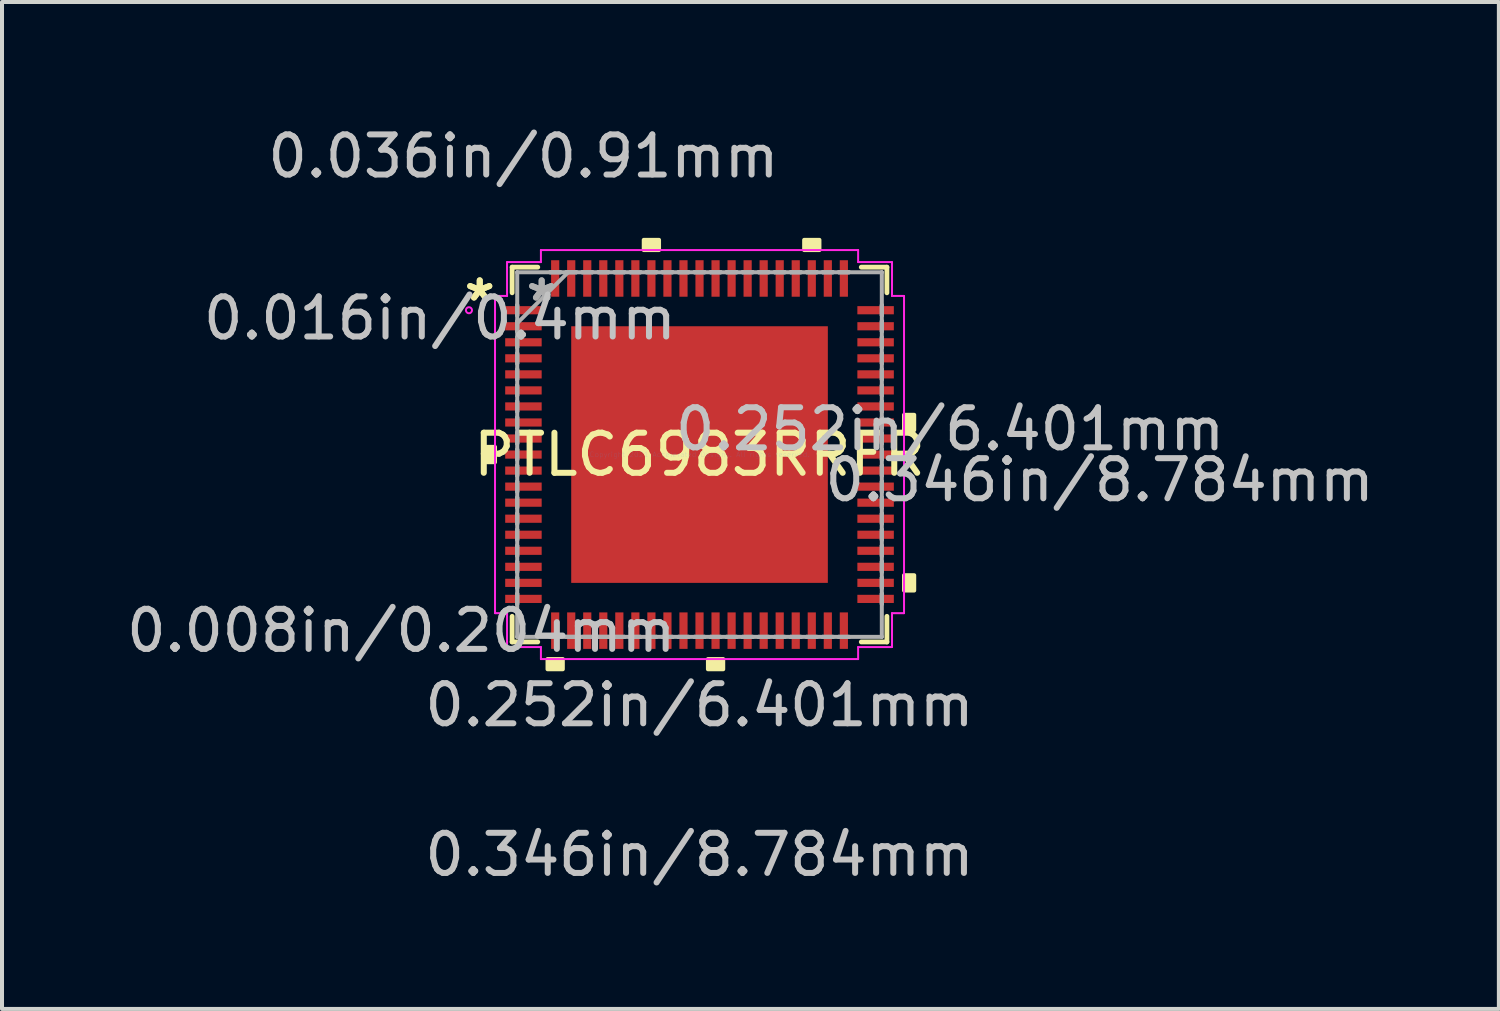
<source format=kicad_pcb>
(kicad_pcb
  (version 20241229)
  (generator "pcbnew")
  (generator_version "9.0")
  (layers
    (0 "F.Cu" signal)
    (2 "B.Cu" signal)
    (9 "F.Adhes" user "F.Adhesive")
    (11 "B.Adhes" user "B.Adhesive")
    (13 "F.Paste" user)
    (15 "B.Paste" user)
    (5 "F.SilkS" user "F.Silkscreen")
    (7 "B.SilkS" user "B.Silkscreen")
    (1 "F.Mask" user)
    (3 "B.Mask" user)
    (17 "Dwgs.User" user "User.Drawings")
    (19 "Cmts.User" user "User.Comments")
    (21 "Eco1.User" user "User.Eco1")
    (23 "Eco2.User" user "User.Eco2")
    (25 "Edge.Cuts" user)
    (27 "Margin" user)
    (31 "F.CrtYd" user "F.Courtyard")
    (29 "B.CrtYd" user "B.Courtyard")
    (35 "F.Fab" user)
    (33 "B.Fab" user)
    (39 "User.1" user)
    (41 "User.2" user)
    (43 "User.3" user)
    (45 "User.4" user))
  (footprint "PTLC6983RRFR"
    (layer "F.Cu")
    (at 14.398 8.288)
    (property "Reference" "PTLC6983RRFR" (at 0 0 0) (layer "F.SilkS") (effects (font (size 1 1) (thickness 0.15))))
    (attr through_hole)
    (fp_line (start -4.674 -4.674) (end -4.674 -4.035) (stroke (width 0.12) (type solid)) (layer "F.SilkS"))
    (fp_line (start -4.674 4.035) (end -4.674 4.674) (stroke (width 0.12) (type solid)) (layer "F.SilkS"))
    (fp_line (start -4.674 4.674) (end -4.035 4.674) (stroke (width 0.12) (type solid)) (layer "F.SilkS"))
    (fp_line (start -4.035 -4.674) (end -4.674 -4.674) (stroke (width 0.12) (type solid)) (layer "F.SilkS"))
    (fp_line (start 4.035 4.674) (end 4.674 4.674) (stroke (width 0.12) (type solid)) (layer "F.SilkS"))
    (fp_line (start 4.674 -4.674) (end 4.035 -4.674) (stroke (width 0.12) (type solid)) (layer "F.SilkS"))
    (fp_line (start 4.674 -4.035) (end 4.674 -4.674) (stroke (width 0.12) (type solid)) (layer "F.SilkS"))
    (fp_line (start 4.674 4.674) (end 4.674 4.035) (stroke (width 0.12) (type solid)) (layer "F.SilkS"))
    (fp_poly (pts (xy -5.355 -0.191) (xy -5.355 0.191) (xy -5.101 0.191) (xy -5.101 -0.191)) (stroke (width 0.1) (type solid)) (fill yes) (layer "F.SilkS"))
    (fp_poly (pts (xy -3.791 5.101) (xy -3.791 5.355) (xy -3.41 5.355) (xy -3.41 5.101)) (stroke (width 0.1) (type solid)) (fill yes) (layer "F.SilkS"))
    (fp_poly (pts (xy -1.391 -5.101) (xy -1.391 -5.355) (xy -1.01 -5.355) (xy -1.01 -5.101)) (stroke (width 0.1) (type solid)) (fill yes) (layer "F.SilkS"))
    (fp_poly (pts (xy 0.21 5.101) (xy 0.21 5.355) (xy 0.591 5.355) (xy 0.591 5.101)) (stroke (width 0.1) (type solid)) (fill yes) (layer "F.SilkS"))
    (fp_poly (pts (xy 2.61 -5.101) (xy 2.61 -5.355) (xy 2.991 -5.355) (xy 2.991 -5.101)) (stroke (width 0.1) (type solid)) (fill yes) (layer "F.SilkS"))
    (fp_poly (pts (xy 5.355 -0.991) (xy 5.355 -0.61) (xy 5.101 -0.61) (xy 5.101 -0.991)) (stroke (width 0.1) (type solid)) (fill yes) (layer "F.SilkS"))
    (fp_poly (pts (xy 5.355 3.01) (xy 5.355 3.391) (xy 5.101 3.391) (xy 5.101 3.01)) (stroke (width 0.1) (type solid)) (fill yes) (layer "F.SilkS"))
    (fp_poly (pts (xy -3.1 -3.1) (xy -3.1 -2.02) (xy -2.02 -2.02) (xy -2.02 -3.1)) (stroke (width 0.1) (type solid)) (fill yes) (layer "F.Paste"))
    (fp_poly (pts (xy -3.1 -1.82) (xy -3.1 -0.74) (xy -2.02 -0.74) (xy -2.02 -1.82)) (stroke (width 0.1) (type solid)) (fill yes) (layer "F.Paste"))
    (fp_poly (pts (xy -3.1 -0.54) (xy -3.1 0.54) (xy -2.02 0.54) (xy -2.02 -0.54)) (stroke (width 0.1) (type solid)) (fill yes) (layer "F.Paste"))
    (fp_poly (pts (xy -3.1 0.74) (xy -3.1 1.82) (xy -2.02 1.82) (xy -2.02 0.74)) (stroke (width 0.1) (type solid)) (fill yes) (layer "F.Paste"))
    (fp_poly (pts (xy -3.1 2.02) (xy -3.1 3.1) (xy -2.02 3.1) (xy -2.02 2.02)) (stroke (width 0.1) (type solid)) (fill yes) (layer "F.Paste"))
    (fp_poly (pts (xy -1.82 -3.1) (xy -1.82 -2.02) (xy -0.74 -2.02) (xy -0.74 -3.1)) (stroke (width 0.1) (type solid)) (fill yes) (layer "F.Paste"))
    (fp_poly (pts (xy -1.82 -1.82) (xy -1.82 -0.74) (xy -0.74 -0.74) (xy -0.74 -1.82)) (stroke (width 0.1) (type solid)) (fill yes) (layer "F.Paste"))
    (fp_poly (pts (xy -1.82 -0.54) (xy -1.82 0.54) (xy -0.74 0.54) (xy -0.74 -0.54)) (stroke (width 0.1) (type solid)) (fill yes) (layer "F.Paste"))
    (fp_poly (pts (xy -1.82 0.74) (xy -1.82 1.82) (xy -0.74 1.82) (xy -0.74 0.74)) (stroke (width 0.1) (type solid)) (fill yes) (layer "F.Paste"))
    (fp_poly (pts (xy -1.82 2.02) (xy -1.82 3.1) (xy -0.74 3.1) (xy -0.74 2.02)) (stroke (width 0.1) (type solid)) (fill yes) (layer "F.Paste"))
    (fp_poly (pts (xy -0.54 -3.1) (xy -0.54 -2.02) (xy 0.54 -2.02) (xy 0.54 -3.1)) (stroke (width 0.1) (type solid)) (fill yes) (layer "F.Paste"))
    (fp_poly (pts (xy -0.54 -1.82) (xy -0.54 -0.74) (xy 0.54 -0.74) (xy 0.54 -1.82)) (stroke (width 0.1) (type solid)) (fill yes) (layer "F.Paste"))
    (fp_poly (pts (xy -0.54 -0.54) (xy -0.54 0.54) (xy 0.54 0.54) (xy 0.54 -0.54)) (stroke (width 0.1) (type solid)) (fill yes) (layer "F.Paste"))
    (fp_poly (pts (xy -0.54 0.74) (xy -0.54 1.82) (xy 0.54 1.82) (xy 0.54 0.74)) (stroke (width 0.1) (type solid)) (fill yes) (layer "F.Paste"))
    (fp_poly (pts (xy -0.54 2.02) (xy -0.54 3.1) (xy 0.54 3.1) (xy 0.54 2.02)) (stroke (width 0.1) (type solid)) (fill yes) (layer "F.Paste"))
    (fp_poly (pts (xy 0.74 -3.1) (xy 0.74 -2.02) (xy 1.82 -2.02) (xy 1.82 -3.1)) (stroke (width 0.1) (type solid)) (fill yes) (layer "F.Paste"))
    (fp_poly (pts (xy 0.74 -1.82) (xy 0.74 -0.74) (xy 1.82 -0.74) (xy 1.82 -1.82)) (stroke (width 0.1) (type solid)) (fill yes) (layer "F.Paste"))
    (fp_poly (pts (xy 0.74 -0.54) (xy 0.74 0.54) (xy 1.82 0.54) (xy 1.82 -0.54)) (stroke (width 0.1) (type solid)) (fill yes) (layer "F.Paste"))
    (fp_poly (pts (xy 0.74 0.74) (xy 0.74 1.82) (xy 1.82 1.82) (xy 1.82 0.74)) (stroke (width 0.1) (type solid)) (fill yes) (layer "F.Paste"))
    (fp_poly (pts (xy 0.74 2.02) (xy 0.74 3.1) (xy 1.82 3.1) (xy 1.82 2.02)) (stroke (width 0.1) (type solid)) (fill yes) (layer "F.Paste"))
    (fp_poly (pts (xy 2.02 -3.1) (xy 2.02 -2.02) (xy 3.1 -2.02) (xy 3.1 -3.1)) (stroke (width 0.1) (type solid)) (fill yes) (layer "F.Paste"))
    (fp_poly (pts (xy 2.02 -1.82) (xy 2.02 -0.74) (xy 3.1 -0.74) (xy 3.1 -1.82)) (stroke (width 0.1) (type solid)) (fill yes) (layer "F.Paste"))
    (fp_poly (pts (xy 2.02 -0.54) (xy 2.02 0.54) (xy 3.1 0.54) (xy 3.1 -0.54)) (stroke (width 0.1) (type solid)) (fill yes) (layer "F.Paste"))
    (fp_poly (pts (xy 2.02 0.74) (xy 2.02 1.82) (xy 3.1 1.82) (xy 3.1 0.74)) (stroke (width 0.1) (type solid)) (fill yes) (layer "F.Paste"))
    (fp_poly (pts (xy 2.02 2.02) (xy 2.02 3.1) (xy 3.1 3.1) (xy 3.1 2.02)) (stroke (width 0.1) (type solid)) (fill yes) (layer "F.Paste"))
    (fp_line (start -5.101 -3.956) (end -4.801 -3.956) (stroke (width 0.05) (type solid)) (layer "F.CrtYd"))
    (fp_line (start -5.101 3.956) (end -5.101 -3.956) (stroke (width 0.05) (type solid)) (layer "F.CrtYd"))
    (fp_line (start -4.801 -4.801) (end -3.956 -4.801) (stroke (width 0.05) (type solid)) (layer "F.CrtYd"))
    (fp_line (start -4.801 -3.956) (end -4.801 -4.801) (stroke (width 0.05) (type solid)) (layer "F.CrtYd"))
    (fp_line (start -4.801 3.956) (end -5.101 3.956) (stroke (width 0.05) (type solid)) (layer "F.CrtYd"))
    (fp_line (start -4.801 4.801) (end -4.801 3.956) (stroke (width 0.05) (type solid)) (layer "F.CrtYd"))
    (fp_line (start -3.956 -5.101) (end 3.956 -5.101) (stroke (width 0.05) (type solid)) (layer "F.CrtYd"))
    (fp_line (start -3.956 -4.801) (end -3.956 -5.101) (stroke (width 0.05) (type solid)) (layer "F.CrtYd"))
    (fp_line (start -3.956 4.801) (end -4.801 4.801) (stroke (width 0.05) (type solid)) (layer "F.CrtYd"))
    (fp_line (start -3.956 5.101) (end -3.956 4.801) (stroke (width 0.05) (type solid)) (layer "F.CrtYd"))
    (fp_line (start 3.956 -5.101) (end 3.956 -4.801) (stroke (width 0.05) (type solid)) (layer "F.CrtYd"))
    (fp_line (start 3.956 -4.801) (end 4.801 -4.801) (stroke (width 0.05) (type solid)) (layer "F.CrtYd"))
    (fp_line (start 3.956 4.801) (end 3.956 5.101) (stroke (width 0.05) (type solid)) (layer "F.CrtYd"))
    (fp_line (start 3.956 5.101) (end -3.956 5.101) (stroke (width 0.05) (type solid)) (layer "F.CrtYd"))
    (fp_line (start 4.801 -4.801) (end 4.801 -3.956) (stroke (width 0.05) (type solid)) (layer "F.CrtYd"))
    (fp_line (start 4.801 -3.956) (end 5.101 -3.956) (stroke (width 0.05) (type solid)) (layer "F.CrtYd"))
    (fp_line (start 4.801 3.956) (end 4.801 4.801) (stroke (width 0.05) (type solid)) (layer "F.CrtYd"))
    (fp_line (start 4.801 4.801) (end 3.956 4.801) (stroke (width 0.05) (type solid)) (layer "F.CrtYd"))
    (fp_line (start 5.101 -3.956) (end 5.101 3.956) (stroke (width 0.05) (type solid)) (layer "F.CrtYd"))
    (fp_line (start 5.101 3.956) (end 4.801 3.956) (stroke (width 0.05) (type solid)) (layer "F.CrtYd"))
    (fp_circle (center -5.751 -3.6) (end -5.675 -3.6) (stroke (width 0.05) (type solid)) (fill no) (layer "F.CrtYd"))
    (fp_line (start -4.547 -4.547) (end -4.547 -4.547) (stroke (width 0.1) (type solid)) (layer "F.Fab"))
    (fp_line (start -4.547 -4.547) (end -4.547 4.547) (stroke (width 0.1) (type solid)) (layer "F.Fab"))
    (fp_line (start -4.547 -3.727) (end -4.547 -3.727) (stroke (width 0.1) (type solid)) (layer "F.Fab"))
    (fp_line (start -4.547 -3.727) (end -4.547 -3.473) (stroke (width 0.1) (type solid)) (layer "F.Fab"))
    (fp_line (start -4.547 -3.473) (end -4.547 -3.727) (stroke (width 0.1) (type solid)) (layer "F.Fab"))
    (fp_line (start -4.547 -3.473) (end -4.547 -3.473) (stroke (width 0.1) (type solid)) (layer "F.Fab"))
    (fp_line (start -4.547 -3.327) (end -4.547 -3.327) (stroke (width 0.1) (type solid)) (layer "F.Fab"))
    (fp_line (start -4.547 -3.327) (end -4.547 -3.073) (stroke (width 0.1) (type solid)) (layer "F.Fab"))
    (fp_line (start -4.547 -3.277) (end -3.277 -4.547) (stroke (width 0.1) (type solid)) (layer "F.Fab"))
    (fp_line (start -4.547 -3.073) (end -4.547 -3.327) (stroke (width 0.1) (type solid)) (layer "F.Fab"))
    (fp_line (start -4.547 -3.073) (end -4.547 -3.073) (stroke (width 0.1) (type solid)) (layer "F.Fab"))
    (fp_line (start -4.547 -2.927) (end -4.547 -2.927) (stroke (width 0.1) (type solid)) (layer "F.Fab"))
    (fp_line (start -4.547 -2.927) (end -4.547 -2.673) (stroke (width 0.1) (type solid)) (layer "F.Fab"))
    (fp_line (start -4.547 -2.673) (end -4.547 -2.927) (stroke (width 0.1) (type solid)) (layer "F.Fab"))
    (fp_line (start -4.547 -2.673) (end -4.547 -2.673) (stroke (width 0.1) (type solid)) (layer "F.Fab"))
    (fp_line (start -4.547 -2.527) (end -4.547 -2.527) (stroke (width 0.1) (type solid)) (layer "F.Fab"))
    (fp_line (start -4.547 -2.527) (end -4.547 -2.273) (stroke (width 0.1) (type solid)) (layer "F.Fab"))
    (fp_line (start -4.547 -2.273) (end -4.547 -2.527) (stroke (width 0.1) (type solid)) (layer "F.Fab"))
    (fp_line (start -4.547 -2.273) (end -4.547 -2.273) (stroke (width 0.1) (type solid)) (layer "F.Fab"))
    (fp_line (start -4.547 -2.127) (end -4.547 -2.127) (stroke (width 0.1) (type solid)) (layer "F.Fab"))
    (fp_line (start -4.547 -2.127) (end -4.547 -1.873) (stroke (width 0.1) (type solid)) (layer "F.Fab"))
    (fp_line (start -4.547 -1.873) (end -4.547 -2.127) (stroke (width 0.1) (type solid)) (layer "F.Fab"))
    (fp_line (start -4.547 -1.873) (end -4.547 -1.873) (stroke (width 0.1) (type solid)) (layer "F.Fab"))
    (fp_line (start -4.547 -1.727) (end -4.547 -1.727) (stroke (width 0.1) (type solid)) (layer "F.Fab"))
    (fp_line (start -4.547 -1.727) (end -4.547 -1.473) (stroke (width 0.1) (type solid)) (layer "F.Fab"))
    (fp_line (start -4.547 -1.473) (end -4.547 -1.727) (stroke (width 0.1) (type solid)) (layer "F.Fab"))
    (fp_line (start -4.547 -1.473) (end -4.547 -1.473) (stroke (width 0.1) (type solid)) (layer "F.Fab"))
    (fp_line (start -4.547 -1.327) (end -4.547 -1.327) (stroke (width 0.1) (type solid)) (layer "F.Fab"))
    (fp_line (start -4.547 -1.327) (end -4.547 -1.073) (stroke (width 0.1) (type solid)) (layer "F.Fab"))
    (fp_line (start -4.547 -1.073) (end -4.547 -1.327) (stroke (width 0.1) (type solid)) (layer "F.Fab"))
    (fp_line (start -4.547 -1.073) (end -4.547 -1.073) (stroke (width 0.1) (type solid)) (layer "F.Fab"))
    (fp_line (start -4.547 -0.927) (end -4.547 -0.927) (stroke (width 0.1) (type solid)) (layer "F.Fab"))
    (fp_line (start -4.547 -0.927) (end -4.547 -0.673) (stroke (width 0.1) (type solid)) (layer "F.Fab"))
    (fp_line (start -4.547 -0.673) (end -4.547 -0.927) (stroke (width 0.1) (type solid)) (layer "F.Fab"))
    (fp_line (start -4.547 -0.673) (end -4.547 -0.673) (stroke (width 0.1) (type solid)) (layer "F.Fab"))
    (fp_line (start -4.547 -0.527) (end -4.547 -0.527) (stroke (width 0.1) (type solid)) (layer "F.Fab"))
    (fp_line (start -4.547 -0.527) (end -4.547 -0.273) (stroke (width 0.1) (type solid)) (layer "F.Fab"))
    (fp_line (start -4.547 -0.273) (end -4.547 -0.527) (stroke (width 0.1) (type solid)) (layer "F.Fab"))
    (fp_line (start -4.547 -0.273) (end -4.547 -0.273) (stroke (width 0.1) (type solid)) (layer "F.Fab"))
    (fp_line (start -4.547 -0.127) (end -4.547 -0.127) (stroke (width 0.1) (type solid)) (layer "F.Fab"))
    (fp_line (start -4.547 -0.127) (end -4.547 0.127) (stroke (width 0.1) (type solid)) (layer "F.Fab"))
    (fp_line (start -4.547 0.127) (end -4.547 -0.127) (stroke (width 0.1) (type solid)) (layer "F.Fab"))
    (fp_line (start -4.547 0.127) (end -4.547 0.127) (stroke (width 0.1) (type solid)) (layer "F.Fab"))
    (fp_line (start -4.547 0.273) (end -4.547 0.273) (stroke (width 0.1) (type solid)) (layer "F.Fab"))
    (fp_line (start -4.547 0.273) (end -4.547 0.527) (stroke (width 0.1) (type solid)) (layer "F.Fab"))
    (fp_line (start -4.547 0.527) (end -4.547 0.273) (stroke (width 0.1) (type solid)) (layer "F.Fab"))
    (fp_line (start -4.547 0.527) (end -4.547 0.527) (stroke (width 0.1) (type solid)) (layer "F.Fab"))
    (fp_line (start -4.547 0.673) (end -4.547 0.673) (stroke (width 0.1) (type solid)) (layer "F.Fab"))
    (fp_line (start -4.547 0.673) (end -4.547 0.927) (stroke (width 0.1) (type solid)) (layer "F.Fab"))
    (fp_line (start -4.547 0.927) (end -4.547 0.673) (stroke (width 0.1) (type solid)) (layer "F.Fab"))
    (fp_line (start -4.547 0.927) (end -4.547 0.927) (stroke (width 0.1) (type solid)) (layer "F.Fab"))
    (fp_line (start -4.547 1.073) (end -4.547 1.073) (stroke (width 0.1) (type solid)) (layer "F.Fab"))
    (fp_line (start -4.547 1.073) (end -4.547 1.327) (stroke (width 0.1) (type solid)) (layer "F.Fab"))
    (fp_line (start -4.547 1.327) (end -4.547 1.073) (stroke (width 0.1) (type solid)) (layer "F.Fab"))
    (fp_line (start -4.547 1.327) (end -4.547 1.327) (stroke (width 0.1) (type solid)) (layer "F.Fab"))
    (fp_line (start -4.547 1.473) (end -4.547 1.473) (stroke (width 0.1) (type solid)) (layer "F.Fab"))
    (fp_line (start -4.547 1.473) (end -4.547 1.727) (stroke (width 0.1) (type solid)) (layer "F.Fab"))
    (fp_line (start -4.547 1.727) (end -4.547 1.473) (stroke (width 0.1) (type solid)) (layer "F.Fab"))
    (fp_line (start -4.547 1.727) (end -4.547 1.727) (stroke (width 0.1) (type solid)) (layer "F.Fab"))
    (fp_line (start -4.547 1.873) (end -4.547 1.873) (stroke (width 0.1) (type solid)) (layer "F.Fab"))
    (fp_line (start -4.547 1.873) (end -4.547 2.127) (stroke (width 0.1) (type solid)) (layer "F.Fab"))
    (fp_line (start -4.547 2.127) (end -4.547 1.873) (stroke (width 0.1) (type solid)) (layer "F.Fab"))
    (fp_line (start -4.547 2.127) (end -4.547 2.127) (stroke (width 0.1) (type solid)) (layer "F.Fab"))
    (fp_line (start -4.547 2.273) (end -4.547 2.273) (stroke (width 0.1) (type solid)) (layer "F.Fab"))
    (fp_line (start -4.547 2.273) (end -4.547 2.527) (stroke (width 0.1) (type solid)) (layer "F.Fab"))
    (fp_line (start -4.547 2.527) (end -4.547 2.273) (stroke (width 0.1) (type solid)) (layer "F.Fab"))
    (fp_line (start -4.547 2.527) (end -4.547 2.527) (stroke (width 0.1) (type solid)) (layer "F.Fab"))
    (fp_line (start -4.547 2.673) (end -4.547 2.673) (stroke (width 0.1) (type solid)) (layer "F.Fab"))
    (fp_line (start -4.547 2.673) (end -4.547 2.927) (stroke (width 0.1) (type solid)) (layer "F.Fab"))
    (fp_line (start -4.547 2.927) (end -4.547 2.673) (stroke (width 0.1) (type solid)) (layer "F.Fab"))
    (fp_line (start -4.547 2.927) (end -4.547 2.927) (stroke (width 0.1) (type solid)) (layer "F.Fab"))
    (fp_line (start -4.547 3.073) (end -4.547 3.073) (stroke (width 0.1) (type solid)) (layer "F.Fab"))
    (fp_line (start -4.547 3.073) (end -4.547 3.327) (stroke (width 0.1) (type solid)) (layer "F.Fab"))
    (fp_line (start -4.547 3.327) (end -4.547 3.073) (stroke (width 0.1) (type solid)) (layer "F.Fab"))
    (fp_line (start -4.547 3.327) (end -4.547 3.327) (stroke (width 0.1) (type solid)) (layer "F.Fab"))
    (fp_line (start -4.547 3.473) (end -4.547 3.473) (stroke (width 0.1) (type solid)) (layer "F.Fab"))
    (fp_line (start -4.547 3.473) (end -4.547 3.727) (stroke (width 0.1) (type solid)) (layer "F.Fab"))
    (fp_line (start -4.547 3.727) (end -4.547 3.473) (stroke (width 0.1) (type solid)) (layer "F.Fab"))
    (fp_line (start -4.547 3.727) (end -4.547 3.727) (stroke (width 0.1) (type solid)) (layer "F.Fab"))
    (fp_line (start -4.547 4.547) (end -4.547 4.547) (stroke (width 0.1) (type solid)) (layer "F.Fab"))
    (fp_line (start -4.547 4.547) (end 4.547 4.547) (stroke (width 0.1) (type solid)) (layer "F.Fab"))
    (fp_line (start -3.727 -4.547) (end -3.727 -4.547) (stroke (width 0.1) (type solid)) (layer "F.Fab"))
    (fp_line (start -3.727 -4.547) (end -3.473 -4.547) (stroke (width 0.1) (type solid)) (layer "F.Fab"))
    (fp_line (start -3.727 4.547) (end -3.727 4.547) (stroke (width 0.1) (type solid)) (layer "F.Fab"))
    (fp_line (start -3.727 4.547) (end -3.473 4.547) (stroke (width 0.1) (type solid)) (layer "F.Fab"))
    (fp_line (start -3.473 -4.547) (end -3.727 -4.547) (stroke (width 0.1) (type solid)) (layer "F.Fab"))
    (fp_line (start -3.473 -4.547) (end -3.473 -4.547) (stroke (width 0.1) (type solid)) (layer "F.Fab"))
    (fp_line (start -3.473 4.547) (end -3.727 4.547) (stroke (width 0.1) (type solid)) (layer "F.Fab"))
    (fp_line (start -3.473 4.547) (end -3.473 4.547) (stroke (width 0.1) (type solid)) (layer "F.Fab"))
    (fp_line (start -3.327 -4.547) (end -3.327 -4.547) (stroke (width 0.1) (type solid)) (layer "F.Fab"))
    (fp_line (start -3.327 -4.547) (end -3.073 -4.547) (stroke (width 0.1) (type solid)) (layer "F.Fab"))
    (fp_line (start -3.327 4.547) (end -3.327 4.547) (stroke (width 0.1) (type solid)) (layer "F.Fab"))
    (fp_line (start -3.327 4.547) (end -3.073 4.547) (stroke (width 0.1) (type solid)) (layer "F.Fab"))
    (fp_line (start -3.073 -4.547) (end -3.327 -4.547) (stroke (width 0.1) (type solid)) (layer "F.Fab"))
    (fp_line (start -3.073 -4.547) (end -3.073 -4.547) (stroke (width 0.1) (type solid)) (layer "F.Fab"))
    (fp_line (start -3.073 4.547) (end -3.327 4.547) (stroke (width 0.1) (type solid)) (layer "F.Fab"))
    (fp_line (start -3.073 4.547) (end -3.073 4.547) (stroke (width 0.1) (type solid)) (layer "F.Fab"))
    (fp_line (start -2.927 -4.547) (end -2.927 -4.547) (stroke (width 0.1) (type solid)) (layer "F.Fab"))
    (fp_line (start -2.927 -4.547) (end -2.673 -4.547) (stroke (width 0.1) (type solid)) (layer "F.Fab"))
    (fp_line (start -2.927 4.547) (end -2.927 4.547) (stroke (width 0.1) (type solid)) (layer "F.Fab"))
    (fp_line (start -2.927 4.547) (end -2.673 4.547) (stroke (width 0.1) (type solid)) (layer "F.Fab"))
    (fp_line (start -2.673 -4.547) (end -2.927 -4.547) (stroke (width 0.1) (type solid)) (layer "F.Fab"))
    (fp_line (start -2.673 -4.547) (end -2.673 -4.547) (stroke (width 0.1) (type solid)) (layer "F.Fab"))
    (fp_line (start -2.673 4.547) (end -2.927 4.547) (stroke (width 0.1) (type solid)) (layer "F.Fab"))
    (fp_line (start -2.673 4.547) (end -2.673 4.547) (stroke (width 0.1) (type solid)) (layer "F.Fab"))
    (fp_line (start -2.527 -4.547) (end -2.527 -4.547) (stroke (width 0.1) (type solid)) (layer "F.Fab"))
    (fp_line (start -2.527 -4.547) (end -2.273 -4.547) (stroke (width 0.1) (type solid)) (layer "F.Fab"))
    (fp_line (start -2.527 4.547) (end -2.527 4.547) (stroke (width 0.1) (type solid)) (layer "F.Fab"))
    (fp_line (start -2.527 4.547) (end -2.273 4.547) (stroke (width 0.1) (type solid)) (layer "F.Fab"))
    (fp_line (start -2.273 -4.547) (end -2.527 -4.547) (stroke (width 0.1) (type solid)) (layer "F.Fab"))
    (fp_line (start -2.273 -4.547) (end -2.273 -4.547) (stroke (width 0.1) (type solid)) (layer "F.Fab"))
    (fp_line (start -2.273 4.547) (end -2.527 4.547) (stroke (width 0.1) (type solid)) (layer "F.Fab"))
    (fp_line (start -2.273 4.547) (end -2.273 4.547) (stroke (width 0.1) (type solid)) (layer "F.Fab"))
    (fp_line (start -2.127 -4.547) (end -2.127 -4.547) (stroke (width 0.1) (type solid)) (layer "F.Fab"))
    (fp_line (start -2.127 -4.547) (end -1.873 -4.547) (stroke (width 0.1) (type solid)) (layer "F.Fab"))
    (fp_line (start -2.127 4.547) (end -2.127 4.547) (stroke (width 0.1) (type solid)) (layer "F.Fab"))
    (fp_line (start -2.127 4.547) (end -1.873 4.547) (stroke (width 0.1) (type solid)) (layer "F.Fab"))
    (fp_line (start -1.873 -4.547) (end -2.127 -4.547) (stroke (width 0.1) (type solid)) (layer "F.Fab"))
    (fp_line (start -1.873 -4.547) (end -1.873 -4.547) (stroke (width 0.1) (type solid)) (layer "F.Fab"))
    (fp_line (start -1.873 4.547) (end -2.127 4.547) (stroke (width 0.1) (type solid)) (layer "F.Fab"))
    (fp_line (start -1.873 4.547) (end -1.873 4.547) (stroke (width 0.1) (type solid)) (layer "F.Fab"))
    (fp_line (start -1.727 -4.547) (end -1.727 -4.547) (stroke (width 0.1) (type solid)) (layer "F.Fab"))
    (fp_line (start -1.727 -4.547) (end -1.473 -4.547) (stroke (width 0.1) (type solid)) (layer "F.Fab"))
    (fp_line (start -1.727 4.547) (end -1.727 4.547) (stroke (width 0.1) (type solid)) (layer "F.Fab"))
    (fp_line (start -1.727 4.547) (end -1.473 4.547) (stroke (width 0.1) (type solid)) (layer "F.Fab"))
    (fp_line (start -1.473 -4.547) (end -1.727 -4.547) (stroke (width 0.1) (type solid)) (layer "F.Fab"))
    (fp_line (start -1.473 -4.547) (end -1.473 -4.547) (stroke (width 0.1) (type solid)) (layer "F.Fab"))
    (fp_line (start -1.473 4.547) (end -1.727 4.547) (stroke (width 0.1) (type solid)) (layer "F.Fab"))
    (fp_line (start -1.473 4.547) (end -1.473 4.547) (stroke (width 0.1) (type solid)) (layer "F.Fab"))
    (fp_line (start -1.327 -4.547) (end -1.327 -4.547) (stroke (width 0.1) (type solid)) (layer "F.Fab"))
    (fp_line (start -1.327 -4.547) (end -1.073 -4.547) (stroke (width 0.1) (type solid)) (layer "F.Fab"))
    (fp_line (start -1.327 4.547) (end -1.327 4.547) (stroke (width 0.1) (type solid)) (layer "F.Fab"))
    (fp_line (start -1.327 4.547) (end -1.073 4.547) (stroke (width 0.1) (type solid)) (layer "F.Fab"))
    (fp_line (start -1.073 -4.547) (end -1.327 -4.547) (stroke (width 0.1) (type solid)) (layer "F.Fab"))
    (fp_line (start -1.073 -4.547) (end -1.073 -4.547) (stroke (width 0.1) (type solid)) (layer "F.Fab"))
    (fp_line (start -1.073 4.547) (end -1.327 4.547) (stroke (width 0.1) (type solid)) (layer "F.Fab"))
    (fp_line (start -1.073 4.547) (end -1.073 4.547) (stroke (width 0.1) (type solid)) (layer "F.Fab"))
    (fp_line (start -0.927 -4.547) (end -0.927 -4.547) (stroke (width 0.1) (type solid)) (layer "F.Fab"))
    (fp_line (start -0.927 -4.547) (end -0.673 -4.547) (stroke (width 0.1) (type solid)) (layer "F.Fab"))
    (fp_line (start -0.927 4.547) (end -0.927 4.547) (stroke (width 0.1) (type solid)) (layer "F.Fab"))
    (fp_line (start -0.927 4.547) (end -0.673 4.547) (stroke (width 0.1) (type solid)) (layer "F.Fab"))
    (fp_line (start -0.673 -4.547) (end -0.927 -4.547) (stroke (width 0.1) (type solid)) (layer "F.Fab"))
    (fp_line (start -0.673 -4.547) (end -0.673 -4.547) (stroke (width 0.1) (type solid)) (layer "F.Fab"))
    (fp_line (start -0.673 4.547) (end -0.927 4.547) (stroke (width 0.1) (type solid)) (layer "F.Fab"))
    (fp_line (start -0.673 4.547) (end -0.673 4.547) (stroke (width 0.1) (type solid)) (layer "F.Fab"))
    (fp_line (start -0.527 -4.547) (end -0.527 -4.547) (stroke (width 0.1) (type solid)) (layer "F.Fab"))
    (fp_line (start -0.527 -4.547) (end -0.273 -4.547) (stroke (width 0.1) (type solid)) (layer "F.Fab"))
    (fp_line (start -0.527 4.547) (end -0.527 4.547) (stroke (width 0.1) (type solid)) (layer "F.Fab"))
    (fp_line (start -0.527 4.547) (end -0.273 4.547) (stroke (width 0.1) (type solid)) (layer "F.Fab"))
    (fp_line (start -0.273 -4.547) (end -0.527 -4.547) (stroke (width 0.1) (type solid)) (layer "F.Fab"))
    (fp_line (start -0.273 -4.547) (end -0.273 -4.547) (stroke (width 0.1) (type solid)) (layer "F.Fab"))
    (fp_line (start -0.273 4.547) (end -0.527 4.547) (stroke (width 0.1) (type solid)) (layer "F.Fab"))
    (fp_line (start -0.273 4.547) (end -0.273 4.547) (stroke (width 0.1) (type solid)) (layer "F.Fab"))
    (fp_line (start -0.127 -4.547) (end -0.127 -4.547) (stroke (width 0.1) (type solid)) (layer "F.Fab"))
    (fp_line (start -0.127 -4.547) (end 0.127 -4.547) (stroke (width 0.1) (type solid)) (layer "F.Fab"))
    (fp_line (start -0.127 4.547) (end -0.127 4.547) (stroke (width 0.1) (type solid)) (layer "F.Fab"))
    (fp_line (start -0.127 4.547) (end 0.127 4.547) (stroke (width 0.1) (type solid)) (layer "F.Fab"))
    (fp_line (start 0.127 -4.547) (end -0.127 -4.547) (stroke (width 0.1) (type solid)) (layer "F.Fab"))
    (fp_line (start 0.127 -4.547) (end 0.127 -4.547) (stroke (width 0.1) (type solid)) (layer "F.Fab"))
    (fp_line (start 0.127 4.547) (end -0.127 4.547) (stroke (width 0.1) (type solid)) (layer "F.Fab"))
    (fp_line (start 0.127 4.547) (end 0.127 4.547) (stroke (width 0.1) (type solid)) (layer "F.Fab"))
    (fp_line (start 0.273 -4.547) (end 0.273 -4.547) (stroke (width 0.1) (type solid)) (layer "F.Fab"))
    (fp_line (start 0.273 -4.547) (end 0.527 -4.547) (stroke (width 0.1) (type solid)) (layer "F.Fab"))
    (fp_line (start 0.273 4.547) (end 0.273 4.547) (stroke (width 0.1) (type solid)) (layer "F.Fab"))
    (fp_line (start 0.273 4.547) (end 0.527 4.547) (stroke (width 0.1) (type solid)) (layer "F.Fab"))
    (fp_line (start 0.527 -4.547) (end 0.273 -4.547) (stroke (width 0.1) (type solid)) (layer "F.Fab"))
    (fp_line (start 0.527 -4.547) (end 0.527 -4.547) (stroke (width 0.1) (type solid)) (layer "F.Fab"))
    (fp_line (start 0.527 4.547) (end 0.273 4.547) (stroke (width 0.1) (type solid)) (layer "F.Fab"))
    (fp_line (start 0.527 4.547) (end 0.527 4.547) (stroke (width 0.1) (type solid)) (layer "F.Fab"))
    (fp_line (start 0.673 -4.547) (end 0.673 -4.547) (stroke (width 0.1) (type solid)) (layer "F.Fab"))
    (fp_line (start 0.673 -4.547) (end 0.927 -4.547) (stroke (width 0.1) (type solid)) (layer "F.Fab"))
    (fp_line (start 0.673 4.547) (end 0.673 4.547) (stroke (width 0.1) (type solid)) (layer "F.Fab"))
    (fp_line (start 0.673 4.547) (end 0.927 4.547) (stroke (width 0.1) (type solid)) (layer "F.Fab"))
    (fp_line (start 0.927 -4.547) (end 0.673 -4.547) (stroke (width 0.1) (type solid)) (layer "F.Fab"))
    (fp_line (start 0.927 -4.547) (end 0.927 -4.547) (stroke (width 0.1) (type solid)) (layer "F.Fab"))
    (fp_line (start 0.927 4.547) (end 0.673 4.547) (stroke (width 0.1) (type solid)) (layer "F.Fab"))
    (fp_line (start 0.927 4.547) (end 0.927 4.547) (stroke (width 0.1) (type solid)) (layer "F.Fab"))
    (fp_line (start 1.073 -4.547) (end 1.073 -4.547) (stroke (width 0.1) (type solid)) (layer "F.Fab"))
    (fp_line (start 1.073 -4.547) (end 1.327 -4.547) (stroke (width 0.1) (type solid)) (layer "F.Fab"))
    (fp_line (start 1.073 4.547) (end 1.073 4.547) (stroke (width 0.1) (type solid)) (layer "F.Fab"))
    (fp_line (start 1.073 4.547) (end 1.327 4.547) (stroke (width 0.1) (type solid)) (layer "F.Fab"))
    (fp_line (start 1.327 -4.547) (end 1.073 -4.547) (stroke (width 0.1) (type solid)) (layer "F.Fab"))
    (fp_line (start 1.327 -4.547) (end 1.327 -4.547) (stroke (width 0.1) (type solid)) (layer "F.Fab"))
    (fp_line (start 1.327 4.547) (end 1.073 4.547) (stroke (width 0.1) (type solid)) (layer "F.Fab"))
    (fp_line (start 1.327 4.547) (end 1.327 4.547) (stroke (width 0.1) (type solid)) (layer "F.Fab"))
    (fp_line (start 1.473 -4.547) (end 1.473 -4.547) (stroke (width 0.1) (type solid)) (layer "F.Fab"))
    (fp_line (start 1.473 -4.547) (end 1.727 -4.547) (stroke (width 0.1) (type solid)) (layer "F.Fab"))
    (fp_line (start 1.473 4.547) (end 1.473 4.547) (stroke (width 0.1) (type solid)) (layer "F.Fab"))
    (fp_line (start 1.473 4.547) (end 1.727 4.547) (stroke (width 0.1) (type solid)) (layer "F.Fab"))
    (fp_line (start 1.727 -4.547) (end 1.473 -4.547) (stroke (width 0.1) (type solid)) (layer "F.Fab"))
    (fp_line (start 1.727 -4.547) (end 1.727 -4.547) (stroke (width 0.1) (type solid)) (layer "F.Fab"))
    (fp_line (start 1.727 4.547) (end 1.473 4.547) (stroke (width 0.1) (type solid)) (layer "F.Fab"))
    (fp_line (start 1.727 4.547) (end 1.727 4.547) (stroke (width 0.1) (type solid)) (layer "F.Fab"))
    (fp_line (start 1.873 -4.547) (end 1.873 -4.547) (stroke (width 0.1) (type solid)) (layer "F.Fab"))
    (fp_line (start 1.873 -4.547) (end 2.127 -4.547) (stroke (width 0.1) (type solid)) (layer "F.Fab"))
    (fp_line (start 1.873 4.547) (end 1.873 4.547) (stroke (width 0.1) (type solid)) (layer "F.Fab"))
    (fp_line (start 1.873 4.547) (end 2.127 4.547) (stroke (width 0.1) (type solid)) (layer "F.Fab"))
    (fp_line (start 2.127 -4.547) (end 1.873 -4.547) (stroke (width 0.1) (type solid)) (layer "F.Fab"))
    (fp_line (start 2.127 -4.547) (end 2.127 -4.547) (stroke (width 0.1) (type solid)) (layer "F.Fab"))
    (fp_line (start 2.127 4.547) (end 1.873 4.547) (stroke (width 0.1) (type solid)) (layer "F.Fab"))
    (fp_line (start 2.127 4.547) (end 2.127 4.547) (stroke (width 0.1) (type solid)) (layer "F.Fab"))
    (fp_line (start 2.273 -4.547) (end 2.273 -4.547) (stroke (width 0.1) (type solid)) (layer "F.Fab"))
    (fp_line (start 2.273 -4.547) (end 2.527 -4.547) (stroke (width 0.1) (type solid)) (layer "F.Fab"))
    (fp_line (start 2.273 4.547) (end 2.273 4.547) (stroke (width 0.1) (type solid)) (layer "F.Fab"))
    (fp_line (start 2.273 4.547) (end 2.527 4.547) (stroke (width 0.1) (type solid)) (layer "F.Fab"))
    (fp_line (start 2.527 -4.547) (end 2.273 -4.547) (stroke (width 0.1) (type solid)) (layer "F.Fab"))
    (fp_line (start 2.527 -4.547) (end 2.527 -4.547) (stroke (width 0.1) (type solid)) (layer "F.Fab"))
    (fp_line (start 2.527 4.547) (end 2.273 4.547) (stroke (width 0.1) (type solid)) (layer "F.Fab"))
    (fp_line (start 2.527 4.547) (end 2.527 4.547) (stroke (width 0.1) (type solid)) (layer "F.Fab"))
    (fp_line (start 2.673 -4.547) (end 2.673 -4.547) (stroke (width 0.1) (type solid)) (layer "F.Fab"))
    (fp_line (start 2.673 -4.547) (end 2.927 -4.547) (stroke (width 0.1) (type solid)) (layer "F.Fab"))
    (fp_line (start 2.673 4.547) (end 2.673 4.547) (stroke (width 0.1) (type solid)) (layer "F.Fab"))
    (fp_line (start 2.673 4.547) (end 2.927 4.547) (stroke (width 0.1) (type solid)) (layer "F.Fab"))
    (fp_line (start 2.927 -4.547) (end 2.673 -4.547) (stroke (width 0.1) (type solid)) (layer "F.Fab"))
    (fp_line (start 2.927 -4.547) (end 2.927 -4.547) (stroke (width 0.1) (type solid)) (layer "F.Fab"))
    (fp_line (start 2.927 4.547) (end 2.673 4.547) (stroke (width 0.1) (type solid)) (layer "F.Fab"))
    (fp_line (start 2.927 4.547) (end 2.927 4.547) (stroke (width 0.1) (type solid)) (layer "F.Fab"))
    (fp_line (start 3.073 -4.547) (end 3.073 -4.547) (stroke (width 0.1) (type solid)) (layer "F.Fab"))
    (fp_line (start 3.073 -4.547) (end 3.327 -4.547) (stroke (width 0.1) (type solid)) (layer "F.Fab"))
    (fp_line (start 3.073 4.547) (end 3.073 4.547) (stroke (width 0.1) (type solid)) (layer "F.Fab"))
    (fp_line (start 3.073 4.547) (end 3.327 4.547) (stroke (width 0.1) (type solid)) (layer "F.Fab"))
    (fp_line (start 3.327 -4.547) (end 3.073 -4.547) (stroke (width 0.1) (type solid)) (layer "F.Fab"))
    (fp_line (start 3.327 -4.547) (end 3.327 -4.547) (stroke (width 0.1) (type solid)) (layer "F.Fab"))
    (fp_line (start 3.327 4.547) (end 3.073 4.547) (stroke (width 0.1) (type solid)) (layer "F.Fab"))
    (fp_line (start 3.327 4.547) (end 3.327 4.547) (stroke (width 0.1) (type solid)) (layer "F.Fab"))
    (fp_line (start 3.473 -4.547) (end 3.473 -4.547) (stroke (width 0.1) (type solid)) (layer "F.Fab"))
    (fp_line (start 3.473 -4.547) (end 3.727 -4.547) (stroke (width 0.1) (type solid)) (layer "F.Fab"))
    (fp_line (start 3.473 4.547) (end 3.473 4.547) (stroke (width 0.1) (type solid)) (layer "F.Fab"))
    (fp_line (start 3.473 4.547) (end 3.727 4.547) (stroke (width 0.1) (type solid)) (layer "F.Fab"))
    (fp_line (start 3.727 -4.547) (end 3.473 -4.547) (stroke (width 0.1) (type solid)) (layer "F.Fab"))
    (fp_line (start 3.727 -4.547) (end 3.727 -4.547) (stroke (width 0.1) (type solid)) (layer "F.Fab"))
    (fp_line (start 3.727 4.547) (end 3.473 4.547) (stroke (width 0.1) (type solid)) (layer "F.Fab"))
    (fp_line (start 3.727 4.547) (end 3.727 4.547) (stroke (width 0.1) (type solid)) (layer "F.Fab"))
    (fp_line (start 4.547 -4.547) (end -4.547 -4.547) (stroke (width 0.1) (type solid)) (layer "F.Fab"))
    (fp_line (start 4.547 -4.547) (end 4.547 -4.547) (stroke (width 0.1) (type solid)) (layer "F.Fab"))
    (fp_line (start 4.547 -3.727) (end 4.547 -3.727) (stroke (width 0.1) (type solid)) (layer "F.Fab"))
    (fp_line (start 4.547 -3.727) (end 4.547 -3.473) (stroke (width 0.1) (type solid)) (layer "F.Fab"))
    (fp_line (start 4.547 -3.473) (end 4.547 -3.727) (stroke (width 0.1) (type solid)) (layer "F.Fab"))
    (fp_line (start 4.547 -3.473) (end 4.547 -3.473) (stroke (width 0.1) (type solid)) (layer "F.Fab"))
    (fp_line (start 4.547 -3.327) (end 4.547 -3.327) (stroke (width 0.1) (type solid)) (layer "F.Fab"))
    (fp_line (start 4.547 -3.327) (end 4.547 -3.073) (stroke (width 0.1) (type solid)) (layer "F.Fab"))
    (fp_line (start 4.547 -3.073) (end 4.547 -3.327) (stroke (width 0.1) (type solid)) (layer "F.Fab"))
    (fp_line (start 4.547 -3.073) (end 4.547 -3.073) (stroke (width 0.1) (type solid)) (layer "F.Fab"))
    (fp_line (start 4.547 -2.927) (end 4.547 -2.927) (stroke (width 0.1) (type solid)) (layer "F.Fab"))
    (fp_line (start 4.547 -2.927) (end 4.547 -2.673) (stroke (width 0.1) (type solid)) (layer "F.Fab"))
    (fp_line (start 4.547 -2.673) (end 4.547 -2.927) (stroke (width 0.1) (type solid)) (layer "F.Fab"))
    (fp_line (start 4.547 -2.673) (end 4.547 -2.673) (stroke (width 0.1) (type solid)) (layer "F.Fab"))
    (fp_line (start 4.547 -2.527) (end 4.547 -2.527) (stroke (width 0.1) (type solid)) (layer "F.Fab"))
    (fp_line (start 4.547 -2.527) (end 4.547 -2.273) (stroke (width 0.1) (type solid)) (layer "F.Fab"))
    (fp_line (start 4.547 -2.273) (end 4.547 -2.527) (stroke (width 0.1) (type solid)) (layer "F.Fab"))
    (fp_line (start 4.547 -2.273) (end 4.547 -2.273) (stroke (width 0.1) (type solid)) (layer "F.Fab"))
    (fp_line (start 4.547 -2.127) (end 4.547 -2.127) (stroke (width 0.1) (type solid)) (layer "F.Fab"))
    (fp_line (start 4.547 -2.127) (end 4.547 -1.873) (stroke (width 0.1) (type solid)) (layer "F.Fab"))
    (fp_line (start 4.547 -1.873) (end 4.547 -2.127) (stroke (width 0.1) (type solid)) (layer "F.Fab"))
    (fp_line (start 4.547 -1.873) (end 4.547 -1.873) (stroke (width 0.1) (type solid)) (layer "F.Fab"))
    (fp_line (start 4.547 -1.727) (end 4.547 -1.727) (stroke (width 0.1) (type solid)) (layer "F.Fab"))
    (fp_line (start 4.547 -1.727) (end 4.547 -1.473) (stroke (width 0.1) (type solid)) (layer "F.Fab"))
    (fp_line (start 4.547 -1.473) (end 4.547 -1.727) (stroke (width 0.1) (type solid)) (layer "F.Fab"))
    (fp_line (start 4.547 -1.473) (end 4.547 -1.473) (stroke (width 0.1) (type solid)) (layer "F.Fab"))
    (fp_line (start 4.547 -1.327) (end 4.547 -1.327) (stroke (width 0.1) (type solid)) (layer "F.Fab"))
    (fp_line (start 4.547 -1.327) (end 4.547 -1.073) (stroke (width 0.1) (type solid)) (layer "F.Fab"))
    (fp_line (start 4.547 -1.073) (end 4.547 -1.327) (stroke (width 0.1) (type solid)) (layer "F.Fab"))
    (fp_line (start 4.547 -1.073) (end 4.547 -1.073) (stroke (width 0.1) (type solid)) (layer "F.Fab"))
    (fp_line (start 4.547 -0.927) (end 4.547 -0.927) (stroke (width 0.1) (type solid)) (layer "F.Fab"))
    (fp_line (start 4.547 -0.927) (end 4.547 -0.673) (stroke (width 0.1) (type solid)) (layer "F.Fab"))
    (fp_line (start 4.547 -0.673) (end 4.547 -0.927) (stroke (width 0.1) (type solid)) (layer "F.Fab"))
    (fp_line (start 4.547 -0.673) (end 4.547 -0.673) (stroke (width 0.1) (type solid)) (layer "F.Fab"))
    (fp_line (start 4.547 -0.527) (end 4.547 -0.527) (stroke (width 0.1) (type solid)) (layer "F.Fab"))
    (fp_line (start 4.547 -0.527) (end 4.547 -0.273) (stroke (width 0.1) (type solid)) (layer "F.Fab"))
    (fp_line (start 4.547 -0.273) (end 4.547 -0.527) (stroke (width 0.1) (type solid)) (layer "F.Fab"))
    (fp_line (start 4.547 -0.273) (end 4.547 -0.273) (stroke (width 0.1) (type solid)) (layer "F.Fab"))
    (fp_line (start 4.547 -0.127) (end 4.547 -0.127) (stroke (width 0.1) (type solid)) (layer "F.Fab"))
    (fp_line (start 4.547 -0.127) (end 4.547 0.127) (stroke (width 0.1) (type solid)) (layer "F.Fab"))
    (fp_line (start 4.547 0.127) (end 4.547 -0.127) (stroke (width 0.1) (type solid)) (layer "F.Fab"))
    (fp_line (start 4.547 0.127) (end 4.547 0.127) (stroke (width 0.1) (type solid)) (layer "F.Fab"))
    (fp_line (start 4.547 0.273) (end 4.547 0.273) (stroke (width 0.1) (type solid)) (layer "F.Fab"))
    (fp_line (start 4.547 0.273) (end 4.547 0.527) (stroke (width 0.1) (type solid)) (layer "F.Fab"))
    (fp_line (start 4.547 0.527) (end 4.547 0.273) (stroke (width 0.1) (type solid)) (layer "F.Fab"))
    (fp_line (start 4.547 0.527) (end 4.547 0.527) (stroke (width 0.1) (type solid)) (layer "F.Fab"))
    (fp_line (start 4.547 0.673) (end 4.547 0.673) (stroke (width 0.1) (type solid)) (layer "F.Fab"))
    (fp_line (start 4.547 0.673) (end 4.547 0.927) (stroke (width 0.1) (type solid)) (layer "F.Fab"))
    (fp_line (start 4.547 0.927) (end 4.547 0.673) (stroke (width 0.1) (type solid)) (layer "F.Fab"))
    (fp_line (start 4.547 0.927) (end 4.547 0.927) (stroke (width 0.1) (type solid)) (layer "F.Fab"))
    (fp_line (start 4.547 1.073) (end 4.547 1.073) (stroke (width 0.1) (type solid)) (layer "F.Fab"))
    (fp_line (start 4.547 1.073) (end 4.547 1.327) (stroke (width 0.1) (type solid)) (layer "F.Fab"))
    (fp_line (start 4.547 1.327) (end 4.547 1.073) (stroke (width 0.1) (type solid)) (layer "F.Fab"))
    (fp_line (start 4.547 1.327) (end 4.547 1.327) (stroke (width 0.1) (type solid)) (layer "F.Fab"))
    (fp_line (start 4.547 1.473) (end 4.547 1.473) (stroke (width 0.1) (type solid)) (layer "F.Fab"))
    (fp_line (start 4.547 1.473) (end 4.547 1.727) (stroke (width 0.1) (type solid)) (layer "F.Fab"))
    (fp_line (start 4.547 1.727) (end 4.547 1.473) (stroke (width 0.1) (type solid)) (layer "F.Fab"))
    (fp_line (start 4.547 1.727) (end 4.547 1.727) (stroke (width 0.1) (type solid)) (layer "F.Fab"))
    (fp_line (start 4.547 1.873) (end 4.547 1.873) (stroke (width 0.1) (type solid)) (layer "F.Fab"))
    (fp_line (start 4.547 1.873) (end 4.547 2.127) (stroke (width 0.1) (type solid)) (layer "F.Fab"))
    (fp_line (start 4.547 2.127) (end 4.547 1.873) (stroke (width 0.1) (type solid)) (layer "F.Fab"))
    (fp_line (start 4.547 2.127) (end 4.547 2.127) (stroke (width 0.1) (type solid)) (layer "F.Fab"))
    (fp_line (start 4.547 2.273) (end 4.547 2.273) (stroke (width 0.1) (type solid)) (layer "F.Fab"))
    (fp_line (start 4.547 2.273) (end 4.547 2.527) (stroke (width 0.1) (type solid)) (layer "F.Fab"))
    (fp_line (start 4.547 2.527) (end 4.547 2.273) (stroke (width 0.1) (type solid)) (layer "F.Fab"))
    (fp_line (start 4.547 2.527) (end 4.547 2.527) (stroke (width 0.1) (type solid)) (layer "F.Fab"))
    (fp_line (start 4.547 2.673) (end 4.547 2.673) (stroke (width 0.1) (type solid)) (layer "F.Fab"))
    (fp_line (start 4.547 2.673) (end 4.547 2.927) (stroke (width 0.1) (type solid)) (layer "F.Fab"))
    (fp_line (start 4.547 2.927) (end 4.547 2.673) (stroke (width 0.1) (type solid)) (layer "F.Fab"))
    (fp_line (start 4.547 2.927) (end 4.547 2.927) (stroke (width 0.1) (type solid)) (layer "F.Fab"))
    (fp_line (start 4.547 3.073) (end 4.547 3.073) (stroke (width 0.1) (type solid)) (layer "F.Fab"))
    (fp_line (start 4.547 3.073) (end 4.547 3.327) (stroke (width 0.1) (type solid)) (layer "F.Fab"))
    (fp_line (start 4.547 3.327) (end 4.547 3.073) (stroke (width 0.1) (type solid)) (layer "F.Fab"))
    (fp_line (start 4.547 3.327) (end 4.547 3.327) (stroke (width 0.1) (type solid)) (layer "F.Fab"))
    (fp_line (start 4.547 3.473) (end 4.547 3.473) (stroke (width 0.1) (type solid)) (layer "F.Fab"))
    (fp_line (start 4.547 3.473) (end 4.547 3.727) (stroke (width 0.1) (type solid)) (layer "F.Fab"))
    (fp_line (start 4.547 3.727) (end 4.547 3.473) (stroke (width 0.1) (type solid)) (layer "F.Fab"))
    (fp_line (start 4.547 3.727) (end 4.547 3.727) (stroke (width 0.1) (type solid)) (layer "F.Fab"))
    (fp_line (start 4.547 4.547) (end 4.547 -4.547) (stroke (width 0.1) (type solid)) (layer "F.Fab"))
    (fp_line (start 4.547 4.547) (end 4.547 4.547) (stroke (width 0.1) (type solid)) (layer "F.Fab"))
    (fp_text user "*" (at -5.482 -3.8 0) (layer "F.SilkS") (effects (font (size 1 1) (thickness 0.15))))
    (fp_text user "*" (at -5.482 -3.8 0) (layer "F.SilkS") (effects (font (size 1 1) (thickness 0.15))))
    (fp_text user "0.346in/8.784mm" (at 0 9.98 0) (layer "Dwgs.User") (effects (font (size 1 1) (thickness 0.15))))
    (fp_text user "0.036in/0.91mm" (at -4.392 -7.44 0) (layer "Dwgs.User") (effects (font (size 1 1) (thickness 0.15))))
    (fp_text user "0.346in/8.784mm" (at 9.98 0.635 0) (layer "Dwgs.User") (effects (font (size 1 1) (thickness 0.15))))
    (fp_text user "0.008in/0.204mm" (at -7.44 4.392 0) (layer "Dwgs.User") (effects (font (size 1 1) (thickness 0.15))))
    (fp_text user "0.252in/6.401mm" (at 6.248 -0.635 0) (layer "Dwgs.User") (effects (font (size 1 1) (thickness 0.15))))
    (fp_text user "0.016in/0.4mm" (at -6.475 -3.4 0) (layer "Dwgs.User") (effects (font (size 1 1) (thickness 0.15))))
    (fp_text user "0.252in/6.401mm" (at 0 6.248 0) (layer "Dwgs.User") (effects (font (size 1 1) (thickness 0.15))))
    (fp_text user "Copyright 2021 Accelerated Designs. All rights reserved." (at 0 0 0) (layer "Cmts.User") (effects (font (size 0.127 0.127) (thickness 0.002))))
    (fp_text user "*" (at -3.937 -3.8 0) (layer "F.Fab") (effects (font (size 1 1) (thickness 0.15))))
    (fp_text user "*" (at -3.937 -3.8 0) (layer "F.Fab") (effects (font (size 1 1) (thickness 0.15))))
    (pad "1" smd rect (at -4.392 -3.6 90) (size 0.204 0.91) (layers "F.Cu" "F.Mask" "F.Paste"))
    (pad "2" smd rect (at -4.392 -3.2 90) (size 0.204 0.91) (layers "F.Cu" "F.Mask" "F.Paste"))
    (pad "3" smd rect (at -4.392 -2.8 90) (size 0.204 0.91) (layers "F.Cu" "F.Mask" "F.Paste"))
    (pad "4" smd rect (at -4.392 -2.4 90) (size 0.204 0.91) (layers "F.Cu" "F.Mask" "F.Paste"))
    (pad "5" smd rect (at -4.392 -2 90) (size 0.204 0.91) (layers "F.Cu" "F.Mask" "F.Paste"))
    (pad "6" smd rect (at -4.392 -1.6 90) (size 0.204 0.91) (layers "F.Cu" "F.Mask" "F.Paste"))
    (pad "7" smd rect (at -4.392 -1.2 90) (size 0.204 0.91) (layers "F.Cu" "F.Mask" "F.Paste"))
    (pad "8" smd rect (at -4.392 -0.8 90) (size 0.204 0.91) (layers "F.Cu" "F.Mask" "F.Paste"))
    (pad "9" smd rect (at -4.392 -0.4 90) (size 0.204 0.91) (layers "F.Cu" "F.Mask" "F.Paste"))
    (pad "10" smd rect (at -4.392 0 90) (size 0.204 0.91) (layers "F.Cu" "F.Mask" "F.Paste"))
    (pad "11" smd rect (at -4.392 0.4 90) (size 0.204 0.91) (layers "F.Cu" "F.Mask" "F.Paste"))
    (pad "12" smd rect (at -4.392 0.8 90) (size 0.204 0.91) (layers "F.Cu" "F.Mask" "F.Paste"))
    (pad "13" smd rect (at -4.392 1.2 90) (size 0.204 0.91) (layers "F.Cu" "F.Mask" "F.Paste"))
    (pad "14" smd rect (at -4.392 1.6 90) (size 0.204 0.91) (layers "F.Cu" "F.Mask" "F.Paste"))
    (pad "15" smd rect (at -4.392 2 90) (size 0.204 0.91) (layers "F.Cu" "F.Mask" "F.Paste"))
    (pad "16" smd rect (at -4.392 2.4 90) (size 0.204 0.91) (layers "F.Cu" "F.Mask" "F.Paste"))
    (pad "17" smd rect (at -4.392 2.8 90) (size 0.204 0.91) (layers "F.Cu" "F.Mask" "F.Paste"))
    (pad "18" smd rect (at -4.392 3.2 90) (size 0.204 0.91) (layers "F.Cu" "F.Mask" "F.Paste"))
    (pad "19" smd rect (at -4.392 3.6 90) (size 0.204 0.91) (layers "F.Cu" "F.Mask" "F.Paste"))
    (pad "20" smd rect (at -3.6 4.392) (size 0.204 0.91) (layers "F.Cu" "F.Mask" "F.Paste"))
    (pad "21" smd rect (at -3.2 4.392) (size 0.204 0.91) (layers "F.Cu" "F.Mask" "F.Paste"))
    (pad "22" smd rect (at -2.8 4.392) (size 0.204 0.91) (layers "F.Cu" "F.Mask" "F.Paste"))
    (pad "23" smd rect (at -2.4 4.392) (size 0.204 0.91) (layers "F.Cu" "F.Mask" "F.Paste"))
    (pad "24" smd rect (at -2 4.392) (size 0.204 0.91) (layers "F.Cu" "F.Mask" "F.Paste"))
    (pad "25" smd rect (at -1.6 4.392) (size 0.204 0.91) (layers "F.Cu" "F.Mask" "F.Paste"))
    (pad "26" smd rect (at -1.2 4.392) (size 0.204 0.91) (layers "F.Cu" "F.Mask" "F.Paste"))
    (pad "27" smd rect (at -0.8 4.392) (size 0.204 0.91) (layers "F.Cu" "F.Mask" "F.Paste"))
    (pad "28" smd rect (at -0.4 4.392) (size 0.204 0.91) (layers "F.Cu" "F.Mask" "F.Paste"))
    (pad "29" smd rect (at 0 4.392) (size 0.204 0.91) (layers "F.Cu" "F.Mask" "F.Paste"))
    (pad "30" smd rect (at 0.4 4.392) (size 0.204 0.91) (layers "F.Cu" "F.Mask" "F.Paste"))
    (pad "31" smd rect (at 0.8 4.392) (size 0.204 0.91) (layers "F.Cu" "F.Mask" "F.Paste"))
    (pad "32" smd rect (at 1.2 4.392) (size 0.204 0.91) (layers "F.Cu" "F.Mask" "F.Paste"))
    (pad "33" smd rect (at 1.6 4.392) (size 0.204 0.91) (layers "F.Cu" "F.Mask" "F.Paste"))
    (pad "34" smd rect (at 2 4.392) (size 0.204 0.91) (layers "F.Cu" "F.Mask" "F.Paste"))
    (pad "35" smd rect (at 2.4 4.392) (size 0.204 0.91) (layers "F.Cu" "F.Mask" "F.Paste"))
    (pad "36" smd rect (at 2.8 4.392) (size 0.204 0.91) (layers "F.Cu" "F.Mask" "F.Paste"))
    (pad "37" smd rect (at 3.2 4.392) (size 0.204 0.91) (layers "F.Cu" "F.Mask" "F.Paste"))
    (pad "38" smd rect (at 3.6 4.392) (size 0.204 0.91) (layers "F.Cu" "F.Mask" "F.Paste"))
    (pad "39" smd rect (at 4.392 3.6 90) (size 0.204 0.91) (layers "F.Cu" "F.Mask" "F.Paste"))
    (pad "40" smd rect (at 4.392 3.2 90) (size 0.204 0.91) (layers "F.Cu" "F.Mask" "F.Paste"))
    (pad "41" smd rect (at 4.392 2.8 90) (size 0.204 0.91) (layers "F.Cu" "F.Mask" "F.Paste"))
    (pad "42" smd rect (at 4.392 2.4 90) (size 0.204 0.91) (layers "F.Cu" "F.Mask" "F.Paste"))
    (pad "43" smd rect (at 4.392 2 90) (size 0.204 0.91) (layers "F.Cu" "F.Mask" "F.Paste"))
    (pad "44" smd rect (at 4.392 1.6 90) (size 0.204 0.91) (layers "F.Cu" "F.Mask" "F.Paste"))
    (pad "45" smd rect (at 4.392 1.2 90) (size 0.204 0.91) (layers "F.Cu" "F.Mask" "F.Paste"))
    (pad "46" smd rect (at 4.392 0.8 90) (size 0.204 0.91) (layers "F.Cu" "F.Mask" "F.Paste"))
    (pad "47" smd rect (at 4.392 0.4 90) (size 0.204 0.91) (layers "F.Cu" "F.Mask" "F.Paste"))
    (pad "48" smd rect (at 4.392 0 90) (size 0.204 0.91) (layers "F.Cu" "F.Mask" "F.Paste"))
    (pad "49" smd rect (at 4.392 -0.4 90) (size 0.204 0.91) (layers "F.Cu" "F.Mask" "F.Paste"))
    (pad "50" smd rect (at 4.392 -0.8 90) (size 0.204 0.91) (layers "F.Cu" "F.Mask" "F.Paste"))
    (pad "51" smd rect (at 4.392 -1.2 90) (size 0.204 0.91) (layers "F.Cu" "F.Mask" "F.Paste"))
    (pad "52" smd rect (at 4.392 -1.6 90) (size 0.204 0.91) (layers "F.Cu" "F.Mask" "F.Paste"))
    (pad "53" smd rect (at 4.392 -2 90) (size 0.204 0.91) (layers "F.Cu" "F.Mask" "F.Paste"))
    (pad "54" smd rect (at 4.392 -2.4 90) (size 0.204 0.91) (layers "F.Cu" "F.Mask" "F.Paste"))
    (pad "55" smd rect (at 4.392 -2.8 90) (size 0.204 0.91) (layers "F.Cu" "F.Mask" "F.Paste"))
    (pad "56" smd rect (at 4.392 -3.2 90) (size 0.204 0.91) (layers "F.Cu" "F.Mask" "F.Paste"))
    (pad "57" smd rect (at 4.392 -3.6 90) (size 0.204 0.91) (layers "F.Cu" "F.Mask" "F.Paste"))
    (pad "58" smd rect (at 3.6 -4.392) (size 0.204 0.91) (layers "F.Cu" "F.Mask" "F.Paste"))
    (pad "59" smd rect (at 3.2 -4.392) (size 0.204 0.91) (layers "F.Cu" "F.Mask" "F.Paste"))
    (pad "60" smd rect (at 2.8 -4.392) (size 0.204 0.91) (layers "F.Cu" "F.Mask" "F.Paste"))
    (pad "61" smd rect (at 2.4 -4.392) (size 0.204 0.91) (layers "F.Cu" "F.Mask" "F.Paste"))
    (pad "62" smd rect (at 2 -4.392) (size 0.204 0.91) (layers "F.Cu" "F.Mask" "F.Paste"))
    (pad "63" smd rect (at 1.6 -4.392) (size 0.204 0.91) (layers "F.Cu" "F.Mask" "F.Paste"))
    (pad "64" smd rect (at 1.2 -4.392) (size 0.204 0.91) (layers "F.Cu" "F.Mask" "F.Paste"))
    (pad "65" smd rect (at 0.8 -4.392) (size 0.204 0.91) (layers "F.Cu" "F.Mask" "F.Paste"))
    (pad "66" smd rect (at 0.4 -4.392) (size 0.204 0.91) (layers "F.Cu" "F.Mask" "F.Paste"))
    (pad "67" smd rect (at 0 -4.392) (size 0.204 0.91) (layers "F.Cu" "F.Mask" "F.Paste"))
    (pad "68" smd rect (at -0.4 -4.392) (size 0.204 0.91) (layers "F.Cu" "F.Mask" "F.Paste"))
    (pad "69" smd rect (at -0.8 -4.392) (size 0.204 0.91) (layers "F.Cu" "F.Mask" "F.Paste"))
    (pad "70" smd rect (at -1.2 -4.392) (size 0.204 0.91) (layers "F.Cu" "F.Mask" "F.Paste"))
    (pad "71" smd rect (at -1.6 -4.392) (size 0.204 0.91) (layers "F.Cu" "F.Mask" "F.Paste"))
    (pad "72" smd rect (at -2 -4.392) (size 0.204 0.91) (layers "F.Cu" "F.Mask" "F.Paste"))
    (pad "73" smd rect (at -2.4 -4.392) (size 0.204 0.91) (layers "F.Cu" "F.Mask" "F.Paste"))
    (pad "74" smd rect (at -2.8 -4.392) (size 0.204 0.91) (layers "F.Cu" "F.Mask" "F.Paste"))
    (pad "75" smd rect (at -3.2 -4.392) (size 0.204 0.91) (layers "F.Cu" "F.Mask" "F.Paste"))
    (pad "76" smd rect (at -3.6 -4.392) (size 0.204 0.91) (layers "F.Cu" "F.Mask" "F.Paste"))
    (pad "77" smd rect (at 0 0) (size 6.401 6.401) (layers "F.Cu" "F.Mask")))
  (gr_rect
    (start -3 -3)
    (end 34.336 22.116)
    (stroke (width 0.1) (type default))
    (fill no)
    (layer "Edge.Cuts")))
</source>
